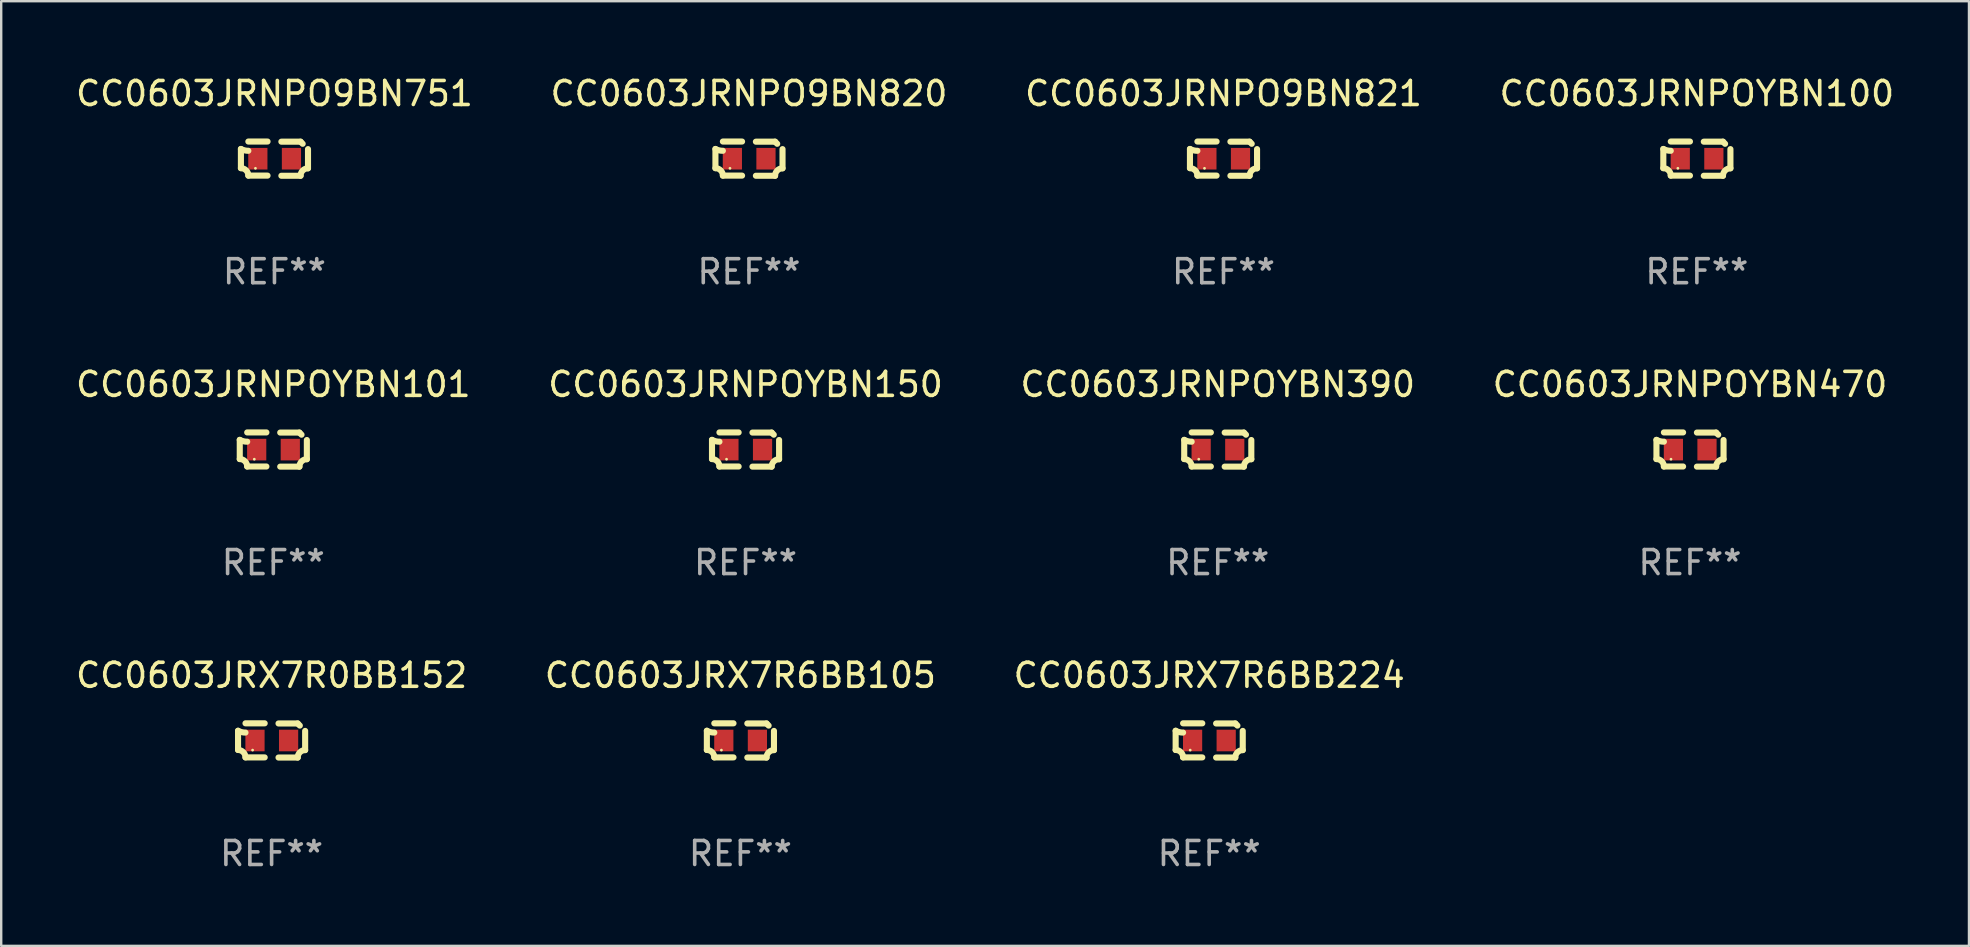
<source format=kicad_pcb>
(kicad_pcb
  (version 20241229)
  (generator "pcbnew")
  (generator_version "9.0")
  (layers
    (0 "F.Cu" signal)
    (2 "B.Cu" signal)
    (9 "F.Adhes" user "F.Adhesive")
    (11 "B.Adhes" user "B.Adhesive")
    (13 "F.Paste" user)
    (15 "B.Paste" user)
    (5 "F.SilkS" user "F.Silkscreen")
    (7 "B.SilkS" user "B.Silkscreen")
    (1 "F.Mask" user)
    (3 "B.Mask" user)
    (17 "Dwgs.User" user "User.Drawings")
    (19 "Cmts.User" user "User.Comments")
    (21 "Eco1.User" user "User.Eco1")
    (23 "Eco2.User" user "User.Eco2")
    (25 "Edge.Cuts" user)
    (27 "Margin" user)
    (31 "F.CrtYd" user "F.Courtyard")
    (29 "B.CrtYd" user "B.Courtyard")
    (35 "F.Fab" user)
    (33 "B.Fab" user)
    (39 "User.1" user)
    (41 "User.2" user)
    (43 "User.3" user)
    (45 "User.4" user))
  (footprint "CC0603JRNPO9BN751"
    (layer "F.Cu")
    (at 8.387 3.561)
    (property "Reference" "CC0603JRNPO9BN751" (at 0 -2.713 0) (layer "F.SilkS") (effects (font (size 1 1) (thickness 0.15))))
    (attr through_hole)
    (fp_line (start -1.398 -0.403) (end -1.398 0.397) (stroke (width 0.254) (type solid)) (layer "F.SilkS"))
    (fp_line (start -0.288 -0.713) (end -1.088 -0.713) (stroke (width 0.254) (type solid)) (layer "F.SilkS"))
    (fp_line (start -0.288 0.707) (end -1.088 0.707) (stroke (width 0.254) (type solid)) (layer "F.SilkS"))
    (fp_line (start 0.288 -0.707) (end 1.088 -0.707) (stroke (width 0.254) (type solid)) (layer "F.SilkS"))
    (fp_line (start 0.288 0.713) (end 1.088 0.713) (stroke (width 0.254) (type solid)) (layer "F.SilkS"))
    (fp_line (start 1.398 -0.397) (end 1.398 0.403) (stroke (width 0.254) (type solid)) (layer "F.SilkS"))
    (fp_arc (start -1.397789 0.397066) (mid -1.178701 0.487826) (end -1.08796 0.706922) (stroke (width 0.254001) (type solid)) (layer "F.SilkS"))
    (fp_arc (start -1.08796 -0.327176) (mid -1.247436 -0.346384) (end -1.39779 -0.402908) (stroke (width 0.254001) (type solid)) (layer "F.SilkS"))
    (fp_arc (start 1.087909 0.712738) (mid 1.178656 0.493655) (end 1.397739 0.402908) (stroke (width 0.254001) (type solid)) (layer "F.SilkS"))
    (fp_arc (start 1.175925 -0.618926) (mid 1.131917 -0.662923) (end 1.08791 -0.706922) (stroke (width 0.254001) (type solid)) (layer "F.SilkS"))
    (fp_circle (center -0.792 0.403) (end -0.762 0.403) (stroke (width 0.06) (type solid)) (fill no) (layer "F.SilkS"))
    (fp_text user "REF**" (at 0 4.713 0) (layer "F.Fab") (effects (font (size 1 1) (thickness 0.15))))
    (pad "1" smd rect (at -0.692 0.003) (size 0.8 0.9) (layers "F.Cu" "F.Mask" "F.Paste"))
    (pad "2" smd rect (at 0.708 0.003) (size 0.8 0.9) (layers "F.Cu" "F.Mask" "F.Paste")))
  (footprint "CC0603JRX7R6BB224"
    (layer "F.Cu")
    (at 47.339 27.805)
    (property "Reference" "CC0603JRX7R6BB224" (at 0 -2.713 0) (layer "F.SilkS") (effects (font (size 1 1) (thickness 0.15))))
    (attr through_hole)
    (fp_line (start -1.398 -0.403) (end -1.398 0.397) (stroke (width 0.254) (type solid)) (layer "F.SilkS"))
    (fp_line (start -0.288 -0.713) (end -1.088 -0.713) (stroke (width 0.254) (type solid)) (layer "F.SilkS"))
    (fp_line (start -0.288 0.707) (end -1.088 0.707) (stroke (width 0.254) (type solid)) (layer "F.SilkS"))
    (fp_line (start 0.288 -0.707) (end 1.088 -0.707) (stroke (width 0.254) (type solid)) (layer "F.SilkS"))
    (fp_line (start 0.288 0.713) (end 1.088 0.713) (stroke (width 0.254) (type solid)) (layer "F.SilkS"))
    (fp_line (start 1.398 -0.397) (end 1.398 0.403) (stroke (width 0.254) (type solid)) (layer "F.SilkS"))
    (fp_arc (start -1.397789 0.397066) (mid -1.178701 0.487826) (end -1.08796 0.706922) (stroke (width 0.254001) (type solid)) (layer "F.SilkS"))
    (fp_arc (start -1.08796 -0.327176) (mid -1.247436 -0.346384) (end -1.39779 -0.402908) (stroke (width 0.254001) (type solid)) (layer "F.SilkS"))
    (fp_arc (start 1.087909 0.712738) (mid 1.178656 0.493655) (end 1.397739 0.402908) (stroke (width 0.254001) (type solid)) (layer "F.SilkS"))
    (fp_arc (start 1.175925 -0.618926) (mid 1.131917 -0.662923) (end 1.08791 -0.706922) (stroke (width 0.254001) (type solid)) (layer "F.SilkS"))
    (fp_circle (center -0.792 0.403) (end -0.762 0.403) (stroke (width 0.06) (type solid)) (fill no) (layer "F.SilkS"))
    (fp_text user "REF**" (at 0 4.713 0) (layer "F.Fab") (effects (font (size 1 1) (thickness 0.15))))
    (pad "1" smd rect (at -0.692 0.003) (size 0.8 0.9) (layers "F.Cu" "F.Mask" "F.Paste"))
    (pad "2" smd rect (at 0.708 0.003) (size 0.8 0.9) (layers "F.Cu" "F.Mask" "F.Paste")))
  (footprint "CC0603JRX7R0BB152"
    (layer "F.Cu")
    (at 8.268 27.805)
    (property "Reference" "CC0603JRX7R0BB152" (at 0 -2.713 0) (layer "F.SilkS") (effects (font (size 1 1) (thickness 0.15))))
    (attr through_hole)
    (fp_line (start -1.398 -0.403) (end -1.398 0.397) (stroke (width 0.254) (type solid)) (layer "F.SilkS"))
    (fp_line (start -0.288 -0.713) (end -1.088 -0.713) (stroke (width 0.254) (type solid)) (layer "F.SilkS"))
    (fp_line (start -0.288 0.707) (end -1.088 0.707) (stroke (width 0.254) (type solid)) (layer "F.SilkS"))
    (fp_line (start 0.288 -0.707) (end 1.088 -0.707) (stroke (width 0.254) (type solid)) (layer "F.SilkS"))
    (fp_line (start 0.288 0.713) (end 1.088 0.713) (stroke (width 0.254) (type solid)) (layer "F.SilkS"))
    (fp_line (start 1.398 -0.397) (end 1.398 0.403) (stroke (width 0.254) (type solid)) (layer "F.SilkS"))
    (fp_arc (start -1.397789 0.397066) (mid -1.178701 0.487826) (end -1.08796 0.706922) (stroke (width 0.254001) (type solid)) (layer "F.SilkS"))
    (fp_arc (start -1.08796 -0.327176) (mid -1.247436 -0.346384) (end -1.39779 -0.402908) (stroke (width 0.254001) (type solid)) (layer "F.SilkS"))
    (fp_arc (start 1.087909 0.712738) (mid 1.178656 0.493655) (end 1.397739 0.402908) (stroke (width 0.254001) (type solid)) (layer "F.SilkS"))
    (fp_arc (start 1.175925 -0.618926) (mid 1.131917 -0.662923) (end 1.08791 -0.706922) (stroke (width 0.254001) (type solid)) (layer "F.SilkS"))
    (fp_circle (center -0.792 0.403) (end -0.762 0.403) (stroke (width 0.06) (type solid)) (fill no) (layer "F.SilkS"))
    (fp_text user "REF**" (at 0 4.713 0) (layer "F.Fab") (effects (font (size 1 1) (thickness 0.15))))
    (pad "1" smd rect (at -0.692 0.003) (size 0.8 0.9) (layers "F.Cu" "F.Mask" "F.Paste"))
    (pad "2" smd rect (at 0.708 0.003) (size 0.8 0.9) (layers "F.Cu" "F.Mask" "F.Paste")))
  (footprint "CC0603JRX7R6BB105"
    (layer "F.Cu")
    (at 27.804 27.805)
    (property "Reference" "CC0603JRX7R6BB105" (at 0 -2.713 0) (layer "F.SilkS") (effects (font (size 1 1) (thickness 0.15))))
    (attr through_hole)
    (fp_line (start -1.398 -0.403) (end -1.398 0.397) (stroke (width 0.254) (type solid)) (layer "F.SilkS"))
    (fp_line (start -0.288 -0.713) (end -1.088 -0.713) (stroke (width 0.254) (type solid)) (layer "F.SilkS"))
    (fp_line (start -0.288 0.707) (end -1.088 0.707) (stroke (width 0.254) (type solid)) (layer "F.SilkS"))
    (fp_line (start 0.288 -0.707) (end 1.088 -0.707) (stroke (width 0.254) (type solid)) (layer "F.SilkS"))
    (fp_line (start 0.288 0.713) (end 1.088 0.713) (stroke (width 0.254) (type solid)) (layer "F.SilkS"))
    (fp_line (start 1.398 -0.397) (end 1.398 0.403) (stroke (width 0.254) (type solid)) (layer "F.SilkS"))
    (fp_arc (start -1.397789 0.397066) (mid -1.178701 0.487826) (end -1.08796 0.706922) (stroke (width 0.254001) (type solid)) (layer "F.SilkS"))
    (fp_arc (start -1.08796 -0.327176) (mid -1.247436 -0.346384) (end -1.39779 -0.402908) (stroke (width 0.254001) (type solid)) (layer "F.SilkS"))
    (fp_arc (start 1.087909 0.712738) (mid 1.178656 0.493655) (end 1.397739 0.402908) (stroke (width 0.254001) (type solid)) (layer "F.SilkS"))
    (fp_arc (start 1.175925 -0.618926) (mid 1.131917 -0.662923) (end 1.08791 -0.706922) (stroke (width 0.254001) (type solid)) (layer "F.SilkS"))
    (fp_circle (center -0.792 0.403) (end -0.762 0.403) (stroke (width 0.06) (type solid)) (fill no) (layer "F.SilkS"))
    (fp_text user "REF**" (at 0 4.713 0) (layer "F.Fab") (effects (font (size 1 1) (thickness 0.15))))
    (pad "1" smd rect (at -0.692 0.003) (size 0.8 0.9) (layers "F.Cu" "F.Mask" "F.Paste"))
    (pad "2" smd rect (at 0.708 0.003) (size 0.8 0.9) (layers "F.Cu" "F.Mask" "F.Paste")))
  (footprint "CC0603JRNPO9BN821"
    (layer "F.Cu")
    (at 47.935 3.561)
    (property "Reference" "CC0603JRNPO9BN821" (at 0 -2.713 0) (layer "F.SilkS") (effects (font (size 1 1) (thickness 0.15))))
    (attr through_hole)
    (fp_line (start -1.398 -0.403) (end -1.398 0.397) (stroke (width 0.254) (type solid)) (layer "F.SilkS"))
    (fp_line (start -0.288 -0.713) (end -1.088 -0.713) (stroke (width 0.254) (type solid)) (layer "F.SilkS"))
    (fp_line (start -0.288 0.707) (end -1.088 0.707) (stroke (width 0.254) (type solid)) (layer "F.SilkS"))
    (fp_line (start 0.288 -0.707) (end 1.088 -0.707) (stroke (width 0.254) (type solid)) (layer "F.SilkS"))
    (fp_line (start 0.288 0.713) (end 1.088 0.713) (stroke (width 0.254) (type solid)) (layer "F.SilkS"))
    (fp_line (start 1.398 -0.397) (end 1.398 0.403) (stroke (width 0.254) (type solid)) (layer "F.SilkS"))
    (fp_arc (start -1.397789 0.397066) (mid -1.178701 0.487826) (end -1.08796 0.706922) (stroke (width 0.254001) (type solid)) (layer "F.SilkS"))
    (fp_arc (start -1.08796 -0.327176) (mid -1.247436 -0.346384) (end -1.39779 -0.402908) (stroke (width 0.254001) (type solid)) (layer "F.SilkS"))
    (fp_arc (start 1.087909 0.712738) (mid 1.178656 0.493655) (end 1.397739 0.402908) (stroke (width 0.254001) (type solid)) (layer "F.SilkS"))
    (fp_arc (start 1.175925 -0.618926) (mid 1.131917 -0.662923) (end 1.08791 -0.706922) (stroke (width 0.254001) (type solid)) (layer "F.SilkS"))
    (fp_circle (center -0.792 0.403) (end -0.762 0.403) (stroke (width 0.06) (type solid)) (fill no) (layer "F.SilkS"))
    (fp_text user "REF**" (at 0 4.713 0) (layer "F.Fab") (effects (font (size 1 1) (thickness 0.15))))
    (pad "1" smd rect (at -0.692 0.003) (size 0.8 0.9) (layers "F.Cu" "F.Mask" "F.Paste"))
    (pad "2" smd rect (at 0.708 0.003) (size 0.8 0.9) (layers "F.Cu" "F.Mask" "F.Paste")))
  (footprint "CC0603JRNPOYBN101"
    (layer "F.Cu")
    (at 8.339 15.683)
    (property "Reference" "CC0603JRNPOYBN101" (at 0 -2.713 0) (layer "F.SilkS") (effects (font (size 1 1) (thickness 0.15))))
    (attr through_hole)
    (fp_line (start -1.398 -0.403) (end -1.398 0.397) (stroke (width 0.254) (type solid)) (layer "F.SilkS"))
    (fp_line (start -0.288 -0.713) (end -1.088 -0.713) (stroke (width 0.254) (type solid)) (layer "F.SilkS"))
    (fp_line (start -0.288 0.707) (end -1.088 0.707) (stroke (width 0.254) (type solid)) (layer "F.SilkS"))
    (fp_line (start 0.288 -0.707) (end 1.088 -0.707) (stroke (width 0.254) (type solid)) (layer "F.SilkS"))
    (fp_line (start 0.288 0.713) (end 1.088 0.713) (stroke (width 0.254) (type solid)) (layer "F.SilkS"))
    (fp_line (start 1.398 -0.397) (end 1.398 0.403) (stroke (width 0.254) (type solid)) (layer "F.SilkS"))
    (fp_arc (start -1.397789 0.397066) (mid -1.178701 0.487826) (end -1.08796 0.706922) (stroke (width 0.254001) (type solid)) (layer "F.SilkS"))
    (fp_arc (start -1.08796 -0.327176) (mid -1.247436 -0.346384) (end -1.39779 -0.402908) (stroke (width 0.254001) (type solid)) (layer "F.SilkS"))
    (fp_arc (start 1.087909 0.712738) (mid 1.178656 0.493655) (end 1.397739 0.402908) (stroke (width 0.254001) (type solid)) (layer "F.SilkS"))
    (fp_arc (start 1.175925 -0.618926) (mid 1.131917 -0.662923) (end 1.08791 -0.706922) (stroke (width 0.254001) (type solid)) (layer "F.SilkS"))
    (fp_circle (center -0.792 0.403) (end -0.762 0.403) (stroke (width 0.06) (type solid)) (fill no) (layer "F.SilkS"))
    (fp_text user "REF**" (at 0 4.713 0) (layer "F.Fab") (effects (font (size 1 1) (thickness 0.15))))
    (pad "1" smd rect (at -0.692 0.003) (size 0.8 0.9) (layers "F.Cu" "F.Mask" "F.Paste"))
    (pad "2" smd rect (at 0.708 0.003) (size 0.8 0.9) (layers "F.Cu" "F.Mask" "F.Paste")))
  (footprint "CC0603JRNPOYBN470"
    (layer "F.Cu")
    (at 67.375 15.683)
    (property "Reference" "CC0603JRNPOYBN470" (at 0 -2.713 0) (layer "F.SilkS") (effects (font (size 1 1) (thickness 0.15))))
    (attr through_hole)
    (fp_line (start -1.398 -0.403) (end -1.398 0.397) (stroke (width 0.254) (type solid)) (layer "F.SilkS"))
    (fp_line (start -0.288 -0.713) (end -1.088 -0.713) (stroke (width 0.254) (type solid)) (layer "F.SilkS"))
    (fp_line (start -0.288 0.707) (end -1.088 0.707) (stroke (width 0.254) (type solid)) (layer "F.SilkS"))
    (fp_line (start 0.288 -0.707) (end 1.088 -0.707) (stroke (width 0.254) (type solid)) (layer "F.SilkS"))
    (fp_line (start 0.288 0.713) (end 1.088 0.713) (stroke (width 0.254) (type solid)) (layer "F.SilkS"))
    (fp_line (start 1.398 -0.397) (end 1.398 0.403) (stroke (width 0.254) (type solid)) (layer "F.SilkS"))
    (fp_arc (start -1.397789 0.397066) (mid -1.178701 0.487826) (end -1.08796 0.706922) (stroke (width 0.254001) (type solid)) (layer "F.SilkS"))
    (fp_arc (start -1.08796 -0.327176) (mid -1.247436 -0.346384) (end -1.39779 -0.402908) (stroke (width 0.254001) (type solid)) (layer "F.SilkS"))
    (fp_arc (start 1.087909 0.712738) (mid 1.178656 0.493655) (end 1.397739 0.402908) (stroke (width 0.254001) (type solid)) (layer "F.SilkS"))
    (fp_arc (start 1.175925 -0.618926) (mid 1.131917 -0.662923) (end 1.08791 -0.706922) (stroke (width 0.254001) (type solid)) (layer "F.SilkS"))
    (fp_circle (center -0.792 0.403) (end -0.762 0.403) (stroke (width 0.06) (type solid)) (fill no) (layer "F.SilkS"))
    (fp_text user "REF**" (at 0 4.713 0) (layer "F.Fab") (effects (font (size 1 1) (thickness 0.15))))
    (pad "1" smd rect (at -0.692 0.003) (size 0.8 0.9) (layers "F.Cu" "F.Mask" "F.Paste"))
    (pad "2" smd rect (at 0.708 0.003) (size 0.8 0.9) (layers "F.Cu" "F.Mask" "F.Paste")))
  (footprint "CC0603JRNPOYBN150"
    (layer "F.Cu")
    (at 28.018 15.683)
    (property "Reference" "CC0603JRNPOYBN150" (at 0 -2.713 0) (layer "F.SilkS") (effects (font (size 1 1) (thickness 0.15))))
    (attr through_hole)
    (fp_line (start -1.398 -0.403) (end -1.398 0.397) (stroke (width 0.254) (type solid)) (layer "F.SilkS"))
    (fp_line (start -0.288 -0.713) (end -1.088 -0.713) (stroke (width 0.254) (type solid)) (layer "F.SilkS"))
    (fp_line (start -0.288 0.707) (end -1.088 0.707) (stroke (width 0.254) (type solid)) (layer "F.SilkS"))
    (fp_line (start 0.288 -0.707) (end 1.088 -0.707) (stroke (width 0.254) (type solid)) (layer "F.SilkS"))
    (fp_line (start 0.288 0.713) (end 1.088 0.713) (stroke (width 0.254) (type solid)) (layer "F.SilkS"))
    (fp_line (start 1.398 -0.397) (end 1.398 0.403) (stroke (width 0.254) (type solid)) (layer "F.SilkS"))
    (fp_arc (start -1.397789 0.397066) (mid -1.178701 0.487826) (end -1.08796 0.706922) (stroke (width 0.254001) (type solid)) (layer "F.SilkS"))
    (fp_arc (start -1.08796 -0.327176) (mid -1.247436 -0.346384) (end -1.39779 -0.402908) (stroke (width 0.254001) (type solid)) (layer "F.SilkS"))
    (fp_arc (start 1.087909 0.712738) (mid 1.178656 0.493655) (end 1.397739 0.402908) (stroke (width 0.254001) (type solid)) (layer "F.SilkS"))
    (fp_arc (start 1.175925 -0.618926) (mid 1.131917 -0.662923) (end 1.08791 -0.706922) (stroke (width 0.254001) (type solid)) (layer "F.SilkS"))
    (fp_circle (center -0.792 0.403) (end -0.762 0.403) (stroke (width 0.06) (type solid)) (fill no) (layer "F.SilkS"))
    (fp_text user "REF**" (at 0 4.713 0) (layer "F.Fab") (effects (font (size 1 1) (thickness 0.15))))
    (pad "1" smd rect (at -0.692 0.003) (size 0.8 0.9) (layers "F.Cu" "F.Mask" "F.Paste"))
    (pad "2" smd rect (at 0.708 0.003) (size 0.8 0.9) (layers "F.Cu" "F.Mask" "F.Paste")))
  (footprint "CC0603JRNPO9BN820"
    (layer "F.Cu")
    (at 28.161 3.561)
    (property "Reference" "CC0603JRNPO9BN820" (at 0 -2.713 0) (layer "F.SilkS") (effects (font (size 1 1) (thickness 0.15))))
    (attr through_hole)
    (fp_line (start -1.398 -0.403) (end -1.398 0.397) (stroke (width 0.254) (type solid)) (layer "F.SilkS"))
    (fp_line (start -0.288 -0.713) (end -1.088 -0.713) (stroke (width 0.254) (type solid)) (layer "F.SilkS"))
    (fp_line (start -0.288 0.707) (end -1.088 0.707) (stroke (width 0.254) (type solid)) (layer "F.SilkS"))
    (fp_line (start 0.288 -0.707) (end 1.088 -0.707) (stroke (width 0.254) (type solid)) (layer "F.SilkS"))
    (fp_line (start 0.288 0.713) (end 1.088 0.713) (stroke (width 0.254) (type solid)) (layer "F.SilkS"))
    (fp_line (start 1.398 -0.397) (end 1.398 0.403) (stroke (width 0.254) (type solid)) (layer "F.SilkS"))
    (fp_arc (start -1.397789 0.397066) (mid -1.178701 0.487826) (end -1.08796 0.706922) (stroke (width 0.254001) (type solid)) (layer "F.SilkS"))
    (fp_arc (start -1.08796 -0.327176) (mid -1.247436 -0.346384) (end -1.39779 -0.402908) (stroke (width 0.254001) (type solid)) (layer "F.SilkS"))
    (fp_arc (start 1.087909 0.712738) (mid 1.178656 0.493655) (end 1.397739 0.402908) (stroke (width 0.254001) (type solid)) (layer "F.SilkS"))
    (fp_arc (start 1.175925 -0.618926) (mid 1.131917 -0.662923) (end 1.08791 -0.706922) (stroke (width 0.254001) (type solid)) (layer "F.SilkS"))
    (fp_circle (center -0.792 0.403) (end -0.762 0.403) (stroke (width 0.06) (type solid)) (fill no) (layer "F.SilkS"))
    (fp_text user "REF**" (at 0 4.713 0) (layer "F.Fab") (effects (font (size 1 1) (thickness 0.15))))
    (pad "1" smd rect (at -0.692 0.003) (size 0.8 0.9) (layers "F.Cu" "F.Mask" "F.Paste"))
    (pad "2" smd rect (at 0.708 0.003) (size 0.8 0.9) (layers "F.Cu" "F.Mask" "F.Paste")))
  (footprint "CC0603JRNPOYBN100"
    (layer "F.Cu")
    (at 67.661 3.561)
    (property "Reference" "CC0603JRNPOYBN100" (at 0 -2.713 0) (layer "F.SilkS") (effects (font (size 1 1) (thickness 0.15))))
    (attr through_hole)
    (fp_line (start -1.398 -0.403) (end -1.398 0.397) (stroke (width 0.254) (type solid)) (layer "F.SilkS"))
    (fp_line (start -0.288 -0.713) (end -1.088 -0.713) (stroke (width 0.254) (type solid)) (layer "F.SilkS"))
    (fp_line (start -0.288 0.707) (end -1.088 0.707) (stroke (width 0.254) (type solid)) (layer "F.SilkS"))
    (fp_line (start 0.288 -0.707) (end 1.088 -0.707) (stroke (width 0.254) (type solid)) (layer "F.SilkS"))
    (fp_line (start 0.288 0.713) (end 1.088 0.713) (stroke (width 0.254) (type solid)) (layer "F.SilkS"))
    (fp_line (start 1.398 -0.397) (end 1.398 0.403) (stroke (width 0.254) (type solid)) (layer "F.SilkS"))
    (fp_arc (start -1.397789 0.397066) (mid -1.178701 0.487826) (end -1.08796 0.706922) (stroke (width 0.254001) (type solid)) (layer "F.SilkS"))
    (fp_arc (start -1.08796 -0.327176) (mid -1.247436 -0.346384) (end -1.39779 -0.402908) (stroke (width 0.254001) (type solid)) (layer "F.SilkS"))
    (fp_arc (start 1.087909 0.712738) (mid 1.178656 0.493655) (end 1.397739 0.402908) (stroke (width 0.254001) (type solid)) (layer "F.SilkS"))
    (fp_arc (start 1.175925 -0.618926) (mid 1.131917 -0.662923) (end 1.08791 -0.706922) (stroke (width 0.254001) (type solid)) (layer "F.SilkS"))
    (fp_circle (center -0.792 0.403) (end -0.762 0.403) (stroke (width 0.06) (type solid)) (fill no) (layer "F.SilkS"))
    (fp_text user "REF**" (at 0 4.713 0) (layer "F.Fab") (effects (font (size 1 1) (thickness 0.15))))
    (pad "1" smd rect (at -0.692 0.003) (size 0.8 0.9) (layers "F.Cu" "F.Mask" "F.Paste"))
    (pad "2" smd rect (at 0.708 0.003) (size 0.8 0.9) (layers "F.Cu" "F.Mask" "F.Paste")))
  (footprint "CC0603JRNPOYBN390"
    (layer "F.Cu")
    (at 47.696 15.683)
    (property "Reference" "CC0603JRNPOYBN390" (at 0 -2.713 0) (layer "F.SilkS") (effects (font (size 1 1) (thickness 0.15))))
    (attr through_hole)
    (fp_line (start -1.398 -0.403) (end -1.398 0.397) (stroke (width 0.254) (type solid)) (layer "F.SilkS"))
    (fp_line (start -0.288 -0.713) (end -1.088 -0.713) (stroke (width 0.254) (type solid)) (layer "F.SilkS"))
    (fp_line (start -0.288 0.707) (end -1.088 0.707) (stroke (width 0.254) (type solid)) (layer "F.SilkS"))
    (fp_line (start 0.288 -0.707) (end 1.088 -0.707) (stroke (width 0.254) (type solid)) (layer "F.SilkS"))
    (fp_line (start 0.288 0.713) (end 1.088 0.713) (stroke (width 0.254) (type solid)) (layer "F.SilkS"))
    (fp_line (start 1.398 -0.397) (end 1.398 0.403) (stroke (width 0.254) (type solid)) (layer "F.SilkS"))
    (fp_arc (start -1.397789 0.397066) (mid -1.178701 0.487826) (end -1.08796 0.706922) (stroke (width 0.254001) (type solid)) (layer "F.SilkS"))
    (fp_arc (start -1.08796 -0.327176) (mid -1.247436 -0.346384) (end -1.39779 -0.402908) (stroke (width 0.254001) (type solid)) (layer "F.SilkS"))
    (fp_arc (start 1.087909 0.712738) (mid 1.178656 0.493655) (end 1.397739 0.402908) (stroke (width 0.254001) (type solid)) (layer "F.SilkS"))
    (fp_arc (start 1.175925 -0.618926) (mid 1.131917 -0.662923) (end 1.08791 -0.706922) (stroke (width 0.254001) (type solid)) (layer "F.SilkS"))
    (fp_circle (center -0.792 0.403) (end -0.762 0.403) (stroke (width 0.06) (type solid)) (fill no) (layer "F.SilkS"))
    (fp_text user "REF**" (at 0 4.713 0) (layer "F.Fab") (effects (font (size 1 1) (thickness 0.15))))
    (pad "1" smd rect (at -0.692 0.003) (size 0.8 0.9) (layers "F.Cu" "F.Mask" "F.Paste"))
    (pad "2" smd rect (at 0.708 0.003) (size 0.8 0.9) (layers "F.Cu" "F.Mask" "F.Paste")))
  (gr_rect
    (start -3 -3)
    (end 79 36.366)
    (stroke (width 0.1) (type default))
    (fill no)
    (layer "Edge.Cuts")))
</source>
